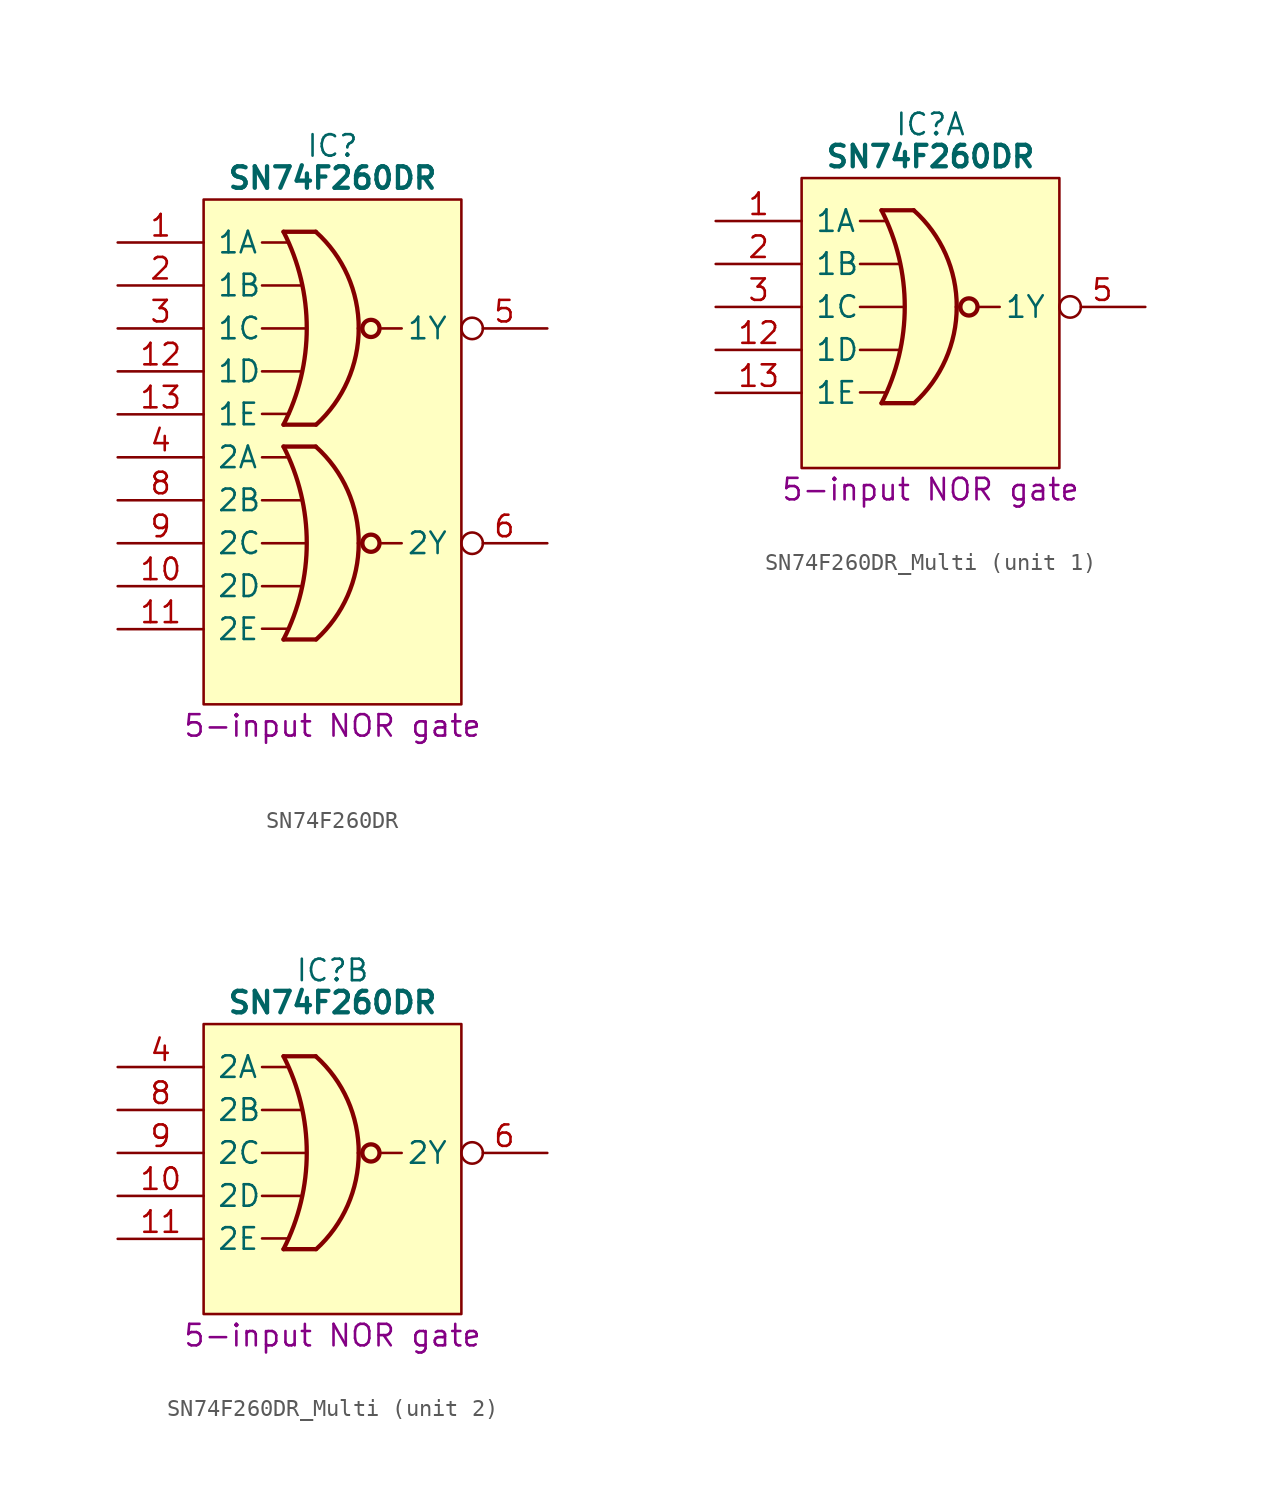
<source format=kicad_sym>
(kicad_symbol_lib
  (version 20241209)
  (generator "kicad_symbol_editor")
  (generator_version "9.0")
  (symbol "SN74F260DR"
    (pin_names
      (offset 0.762))
    (property "Reference" "IC"
      (at 12.7 5.715 0)
      (effects (font (size 1.27 1.27))))
    (property "Value" "SN74F260DR"
      (at 12.7 3.81 0)
      (effects (font (size 1.27 1.27) (bold yes))))
    (property "Description" "5-input NOR gate"
      (at 12.7 -28.575 0)
      (effects (font (size 1.27 1.27))))
    (symbol "SN74F260DR_0_0"
      (pin input line (at 0 0 0) (length 5.08) (name "1A" (effects (font (size 1.27 1.27)))) (number "1" (effects (font (size 1.27 1.27)))))
      (pin input line (at 0 -2.54 0) (length 5.08) (name "1B" (effects (font (size 1.27 1.27)))) (number "2" (effects (font (size 1.27 1.27)))))
      (pin input line (at 0 -5.08 0) (length 5.08) (name "1C" (effects (font (size 1.27 1.27)))) (number "3" (effects (font (size 1.27 1.27)))))
      (pin input line (at 0 -7.62 0) (length 5.08) (name "1D" (effects (font (size 1.27 1.27)))) (number "12" (effects (font (size 1.27 1.27)))))
      (pin input line (at 0 -10.16 0) (length 5.08) (name "1E" (effects (font (size 1.27 1.27)))) (number "13" (effects (font (size 1.27 1.27)))))
      (pin input line (at 0 -12.7 0) (length 5.08) (name "2A" (effects (font (size 1.27 1.27)))) (number "4" (effects (font (size 1.27 1.27)))))
      (pin input line (at 0 -15.24 0) (length 5.08) (name "2B" (effects (font (size 1.27 1.27)))) (number "8" (effects (font (size 1.27 1.27)))))
      (pin input line (at 0 -17.78 0) (length 5.08) (name "2C" (effects (font (size 1.27 1.27)))) (number "9" (effects (font (size 1.27 1.27)))))
      (pin input line (at 0 -20.32 0) (length 5.08) (name "2D" (effects (font (size 1.27 1.27)))) (number "10" (effects (font (size 1.27 1.27)))))
      (pin input line (at 0 -22.86 0) (length 5.08) (name "2E" (effects (font (size 1.27 1.27)))) (number "11" (effects (font (size 1.27 1.27))))))
    (symbol "SN74F260DR_0_1"
      (arc (start 9.8044 0.635) (mid 11.1786 -5.0673) (end 9.8044 -10.7696) (stroke (width 0.254) (type default)) (fill (type none)))
      (arc (start 9.8044 -12.065) (mid 11.1786 -17.7673) (end 9.8044 -23.4696) (stroke (width 0.254) (type default)) (fill (type none)))
      (polyline (pts (xy 5.08 2.54) (xy 20.32 2.54) (xy 20.32 -27.305) (xy 5.08 -27.305) (xy 5.08 2.54)) (stroke (width 0.152) (type default)) (fill (type background)))
      (arc (start 14.2495 -5.08) (mid 13.5924 -8.19) (end 11.7348 -10.7696) (stroke (width 0.254) (type default)) (fill (type none)))
      (arc (start 14.2495 -17.78) (mid 13.5926 -20.8902) (end 11.7348 -23.4696) (stroke (width 0.254) (type default)) (fill (type none)))
      (arc (start 11.7094 0.635) (mid 13.5934 -1.9496) (end 14.2495 -5.08) (stroke (width 0.254) (type default)) (fill (type none)))
      (arc (start 11.7094 -12.065) (mid 13.5934 -14.6496) (end 14.2495 -17.78) (stroke (width 0.254) (type default)) (fill (type none)))
      (polyline (pts (xy 8.534 0) (xy 10.109 0)) (stroke (width 0) (type default)) (fill (type none)))
      (polyline (pts (xy 8.534 -7.62) (xy 10.922 -7.62)) (stroke (width 0) (type default)) (fill (type none)))
      (polyline (pts (xy 8.534 -10.135) (xy 10.135 -10.135)) (stroke (width 0) (type default)) (fill (type none)))
      (polyline (pts (xy 8.534 -12.7) (xy 10.109 -12.7)) (stroke (width 0) (type default)) (fill (type none)))
      (polyline (pts (xy 8.534 -20.32) (xy 10.922 -20.32)) (stroke (width 0) (type default)) (fill (type none)))
      (polyline (pts (xy 8.534 -22.835) (xy 10.135 -22.835)) (stroke (width 0) (type default)) (fill (type none)))
      (polyline (pts (xy 8.534 -2.54) (xy 10.922 -2.54)) (stroke (width 0) (type default)) (fill (type none)))
      (polyline (pts (xy 8.534 -5.08) (xy 11.075 -5.08)) (stroke (width 0) (type default)) (fill (type none)))
      (polyline (pts (xy 8.534 -15.24) (xy 10.922 -15.24)) (stroke (width 0) (type default)) (fill (type none)))
      (polyline (pts (xy 8.534 -17.78) (xy 11.075 -17.78)) (stroke (width 0) (type default)) (fill (type none)))
      (polyline (pts (xy 11.709 0.635) (xy 9.804 0.635)) (stroke (width 0.254) (type default)) (fill (type background)))
      (polyline (pts (xy 11.709 -10.77) (xy 9.804 -10.77)) (stroke (width 0.254) (type default)) (fill (type background)))
      (polyline (pts (xy 11.709 -12.065) (xy 9.804 -12.065)) (stroke (width 0.254) (type default)) (fill (type background)))
      (polyline (pts (xy 11.709 -23.47) (xy 9.804 -23.47)) (stroke (width 0.254) (type default)) (fill (type background)))
      (circle (center 14.973 -5.08) (radius 0.508) (stroke (width 0.254) (type default)) (fill (type none)))
      (circle (center 14.973 -17.78) (radius 0.508) (stroke (width 0.254) (type default)) (fill (type none)))
      (polyline (pts (xy 15.607 -5.08) (xy 16.79 -5.08)) (stroke (width 0) (type default)) (fill (type none)))
      (polyline (pts (xy 15.607 -17.78) (xy 16.79 -17.78)) (stroke (width 0) (type default)) (fill (type none))))
    (symbol "SN74F260DR_1_0"
      (pin passive line (at 0 -25.4 0) (length 5.08) (hide yes) (name "GND" (effects (font (size 1.27 1.27)))) (number "7" (effects (font (size 1.27 1.27)))))
      (pin passive line (at 25.4 0 180) (length 5.08) (hide yes) (name "5V" (effects (font (size 1.27 1.27)))) (number "14" (effects (font (size 1.27 1.27)))))
      (pin output inverted (at 25.4 -5.08 180) (length 5.08) (name "1Y" (effects (font (size 1.27 1.27)))) (number "5" (effects (font (size 1.27 1.27)))))
      (pin output inverted (at 25.4 -17.78 180) (length 5.08) (name "2Y" (effects (font (size 1.27 1.27)))) (number "6" (effects (font (size 1.27 1.27)))))))
  (symbol "SN74F260DR_Multi"
    (pin_names
      (offset 0.762))
    (property "Reference" "IC"
      (at 12.7 5.715 0)
      (effects (font (size 1.27 1.27))))
    (property "Value" "SN74F260DR"
      (at 12.7 3.81 0)
      (effects (font (size 1.27 1.27) (bold yes))))
    (property "Description" "5-input NOR gate"
      (at 12.7 -15.875 0)
      (effects (font (size 1.27 1.27))))
    (symbol "SN74F260DR_Multi_0_0"
      (pin passive line (at 0 -12.7 0) (length 5.08) (hide yes) (name "GND" (effects (font (size 1.27 1.27)))) (number "7" (effects (font (size 1.27 1.27)))))
      (pin passive line (at 25.4 0 180) (length 5.08) (hide yes) (name "5V" (effects (font (size 1.27 1.27)))) (number "14" (effects (font (size 1.27 1.27))))))
    (symbol "SN74F260DR_Multi_0_1"
      (arc (start 9.8044 0.635) (mid 11.1786 -5.0673) (end 9.8044 -10.7696) (stroke (width 0.254) (type default)) (fill (type none)))
      (polyline (pts (xy 5.08 2.54) (xy 20.32 2.54) (xy 20.32 -14.605) (xy 5.08 -14.605) (xy 5.08 2.54)) (stroke (width 0.152) (type default)) (fill (type background)))
      (arc (start 14.2495 -5.08) (mid 13.5924 -8.19) (end 11.7348 -10.7696) (stroke (width 0.254) (type default)) (fill (type none)))
      (arc (start 11.7094 0.635) (mid 13.5934 -1.9496) (end 14.2495 -5.08) (stroke (width 0.254) (type default)) (fill (type none)))
      (polyline (pts (xy 8.534 0) (xy 10.109 0)) (stroke (width 0) (type default)) (fill (type none)))
      (polyline (pts (xy 8.534 -7.62) (xy 10.922 -7.62)) (stroke (width 0) (type default)) (fill (type none)))
      (polyline (pts (xy 8.534 -10.135) (xy 10.135 -10.135)) (stroke (width 0) (type default)) (fill (type none)))
      (polyline (pts (xy 8.534 -2.54) (xy 10.922 -2.54)) (stroke (width 0) (type default)) (fill (type none)))
      (polyline (pts (xy 8.534 -5.08) (xy 11.075 -5.08)) (stroke (width 0) (type default)) (fill (type none)))
      (polyline (pts (xy 11.709 0.635) (xy 9.804 0.635)) (stroke (width 0.254) (type default)) (fill (type background)))
      (polyline (pts (xy 11.709 -10.77) (xy 9.804 -10.77)) (stroke (width 0.254) (type default)) (fill (type background)))
      (circle (center 14.973 -5.08) (radius 0.508) (stroke (width 0.254) (type default)) (fill (type none)))
      (polyline (pts (xy 15.607 -5.08) (xy 16.79 -5.08)) (stroke (width 0) (type default)) (fill (type none))))
    (symbol "SN74F260DR_Multi_1_0"
      (pin input line (at 0 0 0) (length 5.08) (name "1A" (effects (font (size 1.27 1.27)))) (number "1" (effects (font (size 1.27 1.27)))))
      (pin input line (at 0 -2.54 0) (length 5.08) (name "1B" (effects (font (size 1.27 1.27)))) (number "2" (effects (font (size 1.27 1.27)))))
      (pin input line (at 0 -5.08 0) (length 5.08) (name "1C" (effects (font (size 1.27 1.27)))) (number "3" (effects (font (size 1.27 1.27)))))
      (pin input line (at 0 -7.62 0) (length 5.08) (name "1D" (effects (font (size 1.27 1.27)))) (number "12" (effects (font (size 1.27 1.27)))))
      (pin input line (at 0 -10.16 0) (length 5.08) (name "1E" (effects (font (size 1.27 1.27)))) (number "13" (effects (font (size 1.27 1.27)))))
      (pin output inverted (at 25.4 -5.08 180) (length 5.08) (name "1Y" (effects (font (size 1.27 1.27)))) (number "5" (effects (font (size 1.27 1.27))))))
    (symbol "SN74F260DR_Multi_2_0"
      (pin input line (at 0 0 0) (length 5.08) (name "2A" (effects (font (size 1.27 1.27)))) (number "4" (effects (font (size 1.27 1.27)))))
      (pin input line (at 0 -2.54 0) (length 5.08) (name "2B" (effects (font (size 1.27 1.27)))) (number "8" (effects (font (size 1.27 1.27)))))
      (pin input line (at 0 -5.08 0) (length 5.08) (name "2C" (effects (font (size 1.27 1.27)))) (number "9" (effects (font (size 1.27 1.27)))))
      (pin input line (at 0 -7.62 0) (length 5.08) (name "2D" (effects (font (size 1.27 1.27)))) (number "10" (effects (font (size 1.27 1.27)))))
      (pin input line (at 0 -10.16 0) (length 5.08) (name "2E" (effects (font (size 1.27 1.27)))) (number "11" (effects (font (size 1.27 1.27)))))
      (pin output inverted (at 25.4 -5.08 180) (length 5.08) (name "2Y" (effects (font (size 1.27 1.27)))) (number "6" (effects (font (size 1.27 1.27))))))))
</source>
